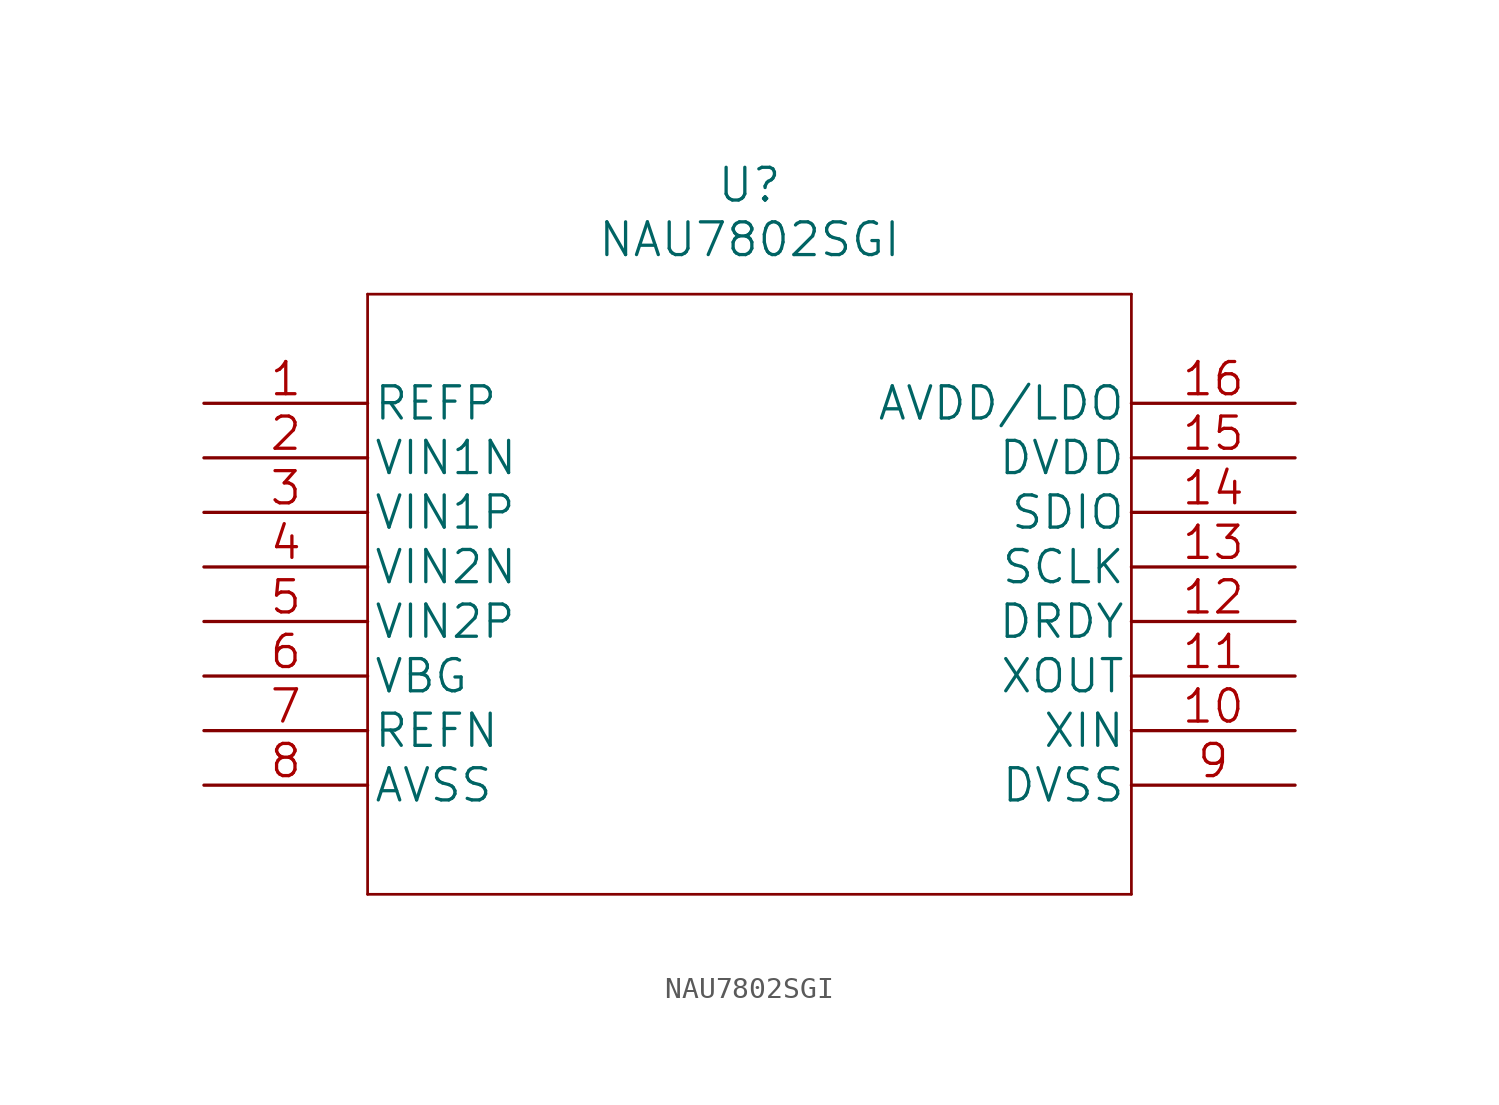
<source format=kicad_sym>
(kicad_symbol_lib
  (version 20220914)
  (generator kicad_symbol_editor)
  (symbol "NAU7802SGI"
    (pin_names
      (offset 0.254))
    (property "Reference" "U"
      (at 25.4 10.16 0)
      (effects (font (size 1.524 1.524))))
    (property "Value" "NAU7802SGI"
      (at 25.4 7.62 0)
      (effects (font (size 1.524 1.524))))
    (property "Datasheet" ""
      (at 0 0 0)
      (effects (font (size 1.524 1.524))))
    (property "ki_locked" ""
      (at 0 0 0)
      (effects (font (size 1.27 1.27))))
    (symbol "NAU7802SGI_1_1"
      (polyline (pts (xy 7.62 -22.86) (xy 43.18 -22.86)) (stroke (width 0.127) (type solid)) (fill (type none)))
      (polyline (pts (xy 7.62 5.08) (xy 7.62 -22.86)) (stroke (width 0.127) (type solid)) (fill (type none)))
      (polyline (pts (xy 43.18 -22.86) (xy 43.18 5.08)) (stroke (width 0.127) (type solid)) (fill (type none)))
      (polyline (pts (xy 43.18 5.08) (xy 7.62 5.08)) (stroke (width 0.127) (type solid)) (fill (type none)))
      (pin unspecified line (at 0 0 0) (length 7.62) (name "REFP" (effects (font (size 1.499 1.499)))) (number "1" (effects (font (size 1.499 1.499)))))
      (pin unspecified line (at 50.8 -15.24 180) (length 7.62) (name "XIN" (effects (font (size 1.499 1.499)))) (number "10" (effects (font (size 1.499 1.499)))))
      (pin output line (at 50.8 -12.7 180) (length 7.62) (name "XOUT" (effects (font (size 1.499 1.499)))) (number "11" (effects (font (size 1.499 1.499)))))
      (pin unspecified line (at 50.8 -10.16 180) (length 7.62) (name "DRDY" (effects (font (size 1.499 1.499)))) (number "12" (effects (font (size 1.499 1.499)))))
      (pin unspecified line (at 50.8 -7.62 180) (length 7.62) (name "SCLK" (effects (font (size 1.499 1.499)))) (number "13" (effects (font (size 1.499 1.499)))))
      (pin unspecified line (at 50.8 -5.08 180) (length 7.62) (name "SDIO" (effects (font (size 1.499 1.499)))) (number "14" (effects (font (size 1.499 1.499)))))
      (pin power_in line (at 50.8 -2.54 180) (length 7.62) (name "DVDD" (effects (font (size 1.499 1.499)))) (number "15" (effects (font (size 1.499 1.499)))))
      (pin power_in line (at 50.8 0 180) (length 7.62) (name "AVDD/LDO" (effects (font (size 1.499 1.499)))) (number "16" (effects (font (size 1.499 1.499)))))
      (pin input line (at 0 -2.54 0) (length 7.62) (name "VIN1N" (effects (font (size 1.499 1.499)))) (number "2" (effects (font (size 1.499 1.499)))))
      (pin input line (at 0 -5.08 0) (length 7.62) (name "VIN1P" (effects (font (size 1.499 1.499)))) (number "3" (effects (font (size 1.499 1.499)))))
      (pin input line (at 0 -7.62 0) (length 7.62) (name "VIN2N" (effects (font (size 1.499 1.499)))) (number "4" (effects (font (size 1.499 1.499)))))
      (pin input line (at 0 -10.16 0) (length 7.62) (name "VIN2P" (effects (font (size 1.499 1.499)))) (number "5" (effects (font (size 1.499 1.499)))))
      (pin unspecified line (at 0 -12.7 0) (length 7.62) (name "VBG" (effects (font (size 1.499 1.499)))) (number "6" (effects (font (size 1.499 1.499)))))
      (pin unspecified line (at 0 -15.24 0) (length 7.62) (name "REFN" (effects (font (size 1.499 1.499)))) (number "7" (effects (font (size 1.499 1.499)))))
      (pin power_in line (at 0 -17.78 0) (length 7.62) (name "AVSS" (effects (font (size 1.499 1.499)))) (number "8" (effects (font (size 1.499 1.499)))))
      (pin power_in line (at 50.8 -17.78 180) (length 7.62) (name "DVSS" (effects (font (size 1.499 1.499)))) (number "9" (effects (font (size 1.499 1.499))))))))
</source>
